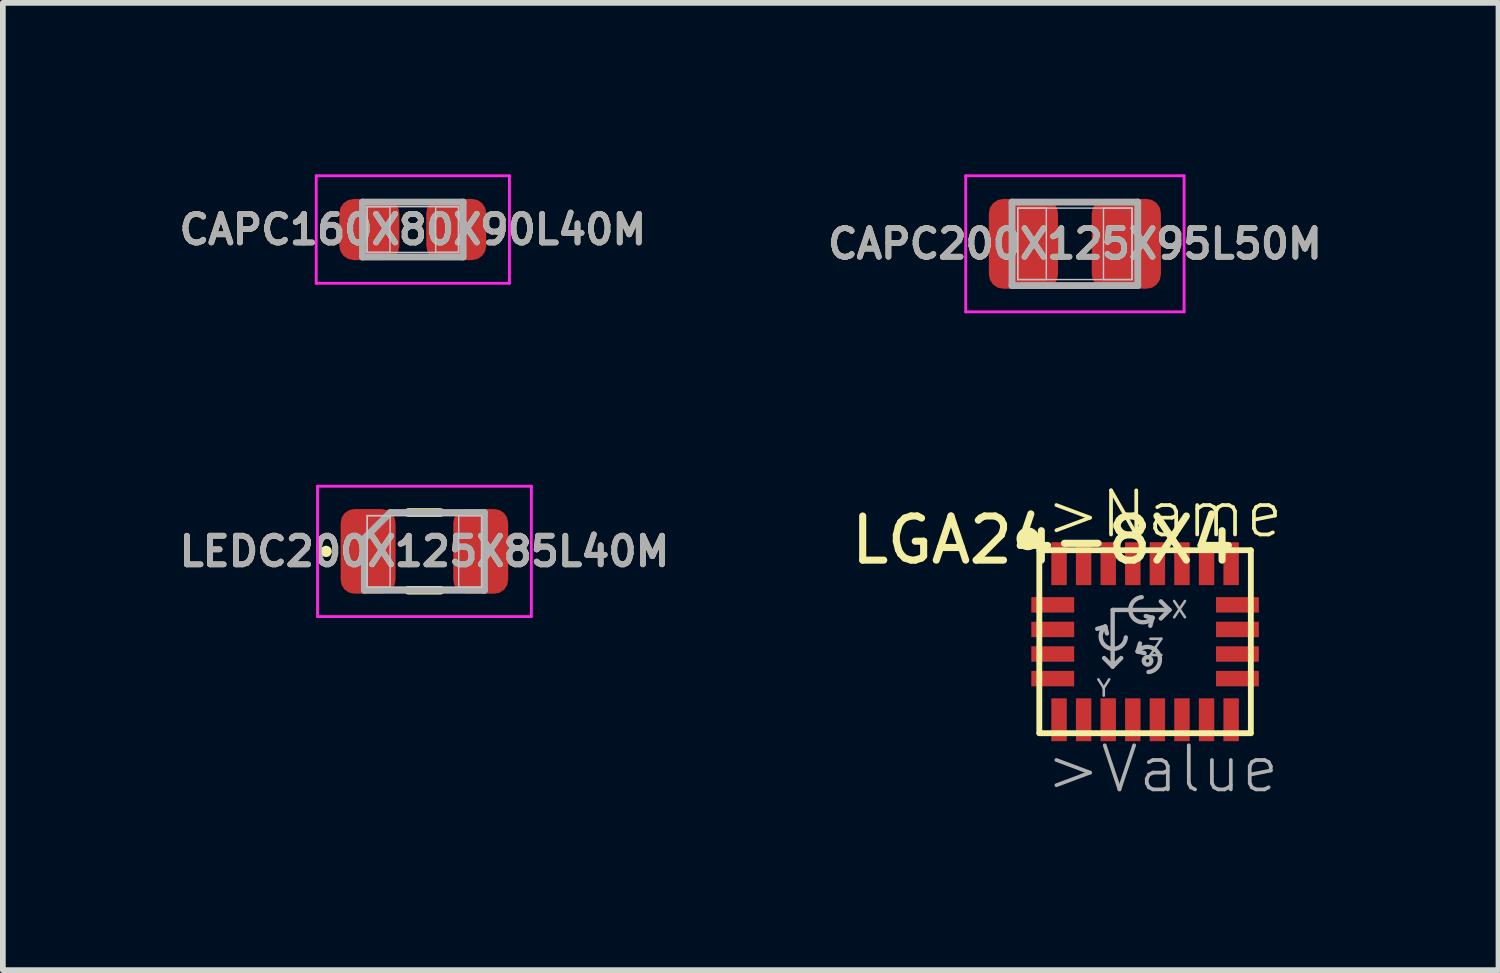
<source format=kicad_pcb>
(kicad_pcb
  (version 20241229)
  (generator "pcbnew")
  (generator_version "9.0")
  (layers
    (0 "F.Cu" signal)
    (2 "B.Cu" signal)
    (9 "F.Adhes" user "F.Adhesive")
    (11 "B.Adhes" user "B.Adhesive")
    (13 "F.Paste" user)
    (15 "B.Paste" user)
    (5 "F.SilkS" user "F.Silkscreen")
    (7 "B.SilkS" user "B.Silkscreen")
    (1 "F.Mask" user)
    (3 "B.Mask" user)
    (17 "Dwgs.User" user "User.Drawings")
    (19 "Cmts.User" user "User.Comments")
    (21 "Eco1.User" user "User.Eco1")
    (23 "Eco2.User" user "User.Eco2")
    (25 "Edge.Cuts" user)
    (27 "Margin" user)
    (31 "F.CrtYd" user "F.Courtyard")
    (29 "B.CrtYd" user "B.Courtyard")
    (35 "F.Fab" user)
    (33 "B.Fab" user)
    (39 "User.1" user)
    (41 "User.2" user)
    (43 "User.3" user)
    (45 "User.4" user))
  (footprint "LEDC200X125X85L40M"
    (layer "F.Cu")
    (at 4.374 6.595)
    (property "Reference" "LEDC200X125X85L40M" (at 0 0 0) (layer "F.SilkS") (effects (font (size 0.5 0.5) (thickness 0.1))))
    (attr smd)
    (fp_line (start -0.28 -0.68) (end 0.28 -0.68) (stroke (width 0.15) (type solid)) (layer "F.SilkS"))
    (fp_line (start -0.28 0.68) (end 0.28 0.68) (stroke (width 0.15) (type solid)) (layer "F.SilkS"))
    (fp_circle (center -1.72 0) (end -1.72 0.05) (stroke (width 0.1) (type solid)) (fill no) (layer "F.SilkS"))
    (fp_line (start -1 -0.625) (end -0.6 -0.625) (stroke (width 0.025) (type solid)) (layer "Dwgs.User"))
    (fp_line (start -1 -0.625) (end 1 -0.625) (stroke (width 0.025) (type solid)) (layer "Dwgs.User"))
    (fp_line (start -1 0.625) (end -1 -0.625) (stroke (width 0.025) (type solid)) (layer "Dwgs.User"))
    (fp_line (start -1 0.625) (end -1 -0.625) (stroke (width 0.025) (type solid)) (layer "Dwgs.User"))
    (fp_line (start -0.6 -0.625) (end -0.6 0.625) (stroke (width 0.025) (type solid)) (layer "Dwgs.User"))
    (fp_line (start -0.6 0.625) (end -1 0.625) (stroke (width 0.025) (type solid)) (layer "Dwgs.User"))
    (fp_line (start 0.6 -0.625) (end 1 -0.625) (stroke (width 0.025) (type solid)) (layer "Dwgs.User"))
    (fp_line (start 0.6 0.625) (end 0.6 -0.625) (stroke (width 0.025) (type solid)) (layer "Dwgs.User"))
    (fp_line (start 1 -0.625) (end 1 0.625) (stroke (width 0.025) (type solid)) (layer "Dwgs.User"))
    (fp_line (start 1 -0.625) (end 1 0.625) (stroke (width 0.025) (type solid)) (layer "Dwgs.User"))
    (fp_line (start 1 0.625) (end -1 0.625) (stroke (width 0.025) (type solid)) (layer "Dwgs.User"))
    (fp_line (start 1 0.625) (end 0.6 0.625) (stroke (width 0.025) (type solid)) (layer "Dwgs.User"))
    (fp_line (start -1.87 -1.14) (end 1.87 -1.14) (stroke (width 0.05) (type solid)) (layer "F.CrtYd"))
    (fp_line (start -1.87 1.14) (end -1.87 -1.14) (stroke (width 0.05) (type solid)) (layer "F.CrtYd"))
    (fp_line (start 1.87 -1.14) (end 1.87 1.14) (stroke (width 0.05) (type solid)) (layer "F.CrtYd"))
    (fp_line (start 1.87 1.14) (end -1.87 1.14) (stroke (width 0.05) (type solid)) (layer "F.CrtYd"))
    (fp_line (start -1.05 -0.227) (end -0.597 -0.68) (stroke (width 0.12) (type solid)) (layer "F.Fab"))
    (fp_line (start -1.05 0.68) (end -1.05 -0.227) (stroke (width 0.12) (type solid)) (layer "F.Fab"))
    (fp_line (start -0.597 -0.68) (end 1.05 -0.68) (stroke (width 0.12) (type solid)) (layer "F.Fab"))
    (fp_line (start 1.05 -0.68) (end 1.05 0.68) (stroke (width 0.12) (type solid)) (layer "F.Fab"))
    (fp_line (start 1.05 0.68) (end -1.05 0.68) (stroke (width 0.12) (type solid)) (layer "F.Fab"))
    (fp_text user "${REFERENCE}" (at 0 0 0) (layer "F.Fab") (effects (font (size 0.5 0.5) (thickness 0.1))))
    (pad "A" smd roundrect (at 0.985 0) (size 0.96 1.48) (layers "F.Cu" "F.Mask" "F.Paste") (roundrect_rratio 0.25))
    (pad "C" smd roundrect (at -0.985 0) (size 0.96 1.48) (layers "F.Cu" "F.Mask" "F.Paste") (roundrect_rratio 0.25)))
  (footprint "LGA24-8X4"
    (layer "F.Cu")
    (at 16.98 8.175)
    (property "Reference" "LGA24-8X4" (at -1.778 -1.778 0) (layer "F.SilkS") (effects (font (size 0.772 0.772) (thickness 0.124))))
    (attr smd)
    (fp_line (start -1.85 -1.6) (end 1.85 -1.6) (stroke (width 0.102) (type solid)) (layer "F.SilkS"))
    (fp_line (start -1.85 1.6) (end -1.85 -1.6) (stroke (width 0.102) (type solid)) (layer "F.SilkS"))
    (fp_line (start 1.85 -1.6) (end 1.85 1.6) (stroke (width 0.102) (type solid)) (layer "F.SilkS"))
    (fp_line (start 1.85 1.6) (end -1.85 1.6) (stroke (width 0.102) (type solid)) (layer "F.SilkS"))
    (fp_circle (center -2.05 -1.8) (end -1.95 -1.8) (stroke (width 0.2) (type solid)) (fill no) (layer "F.SilkS"))
    (fp_line (start -0.697 -0.265) (end -0.837 -0.225) (stroke (width 0.076) (type solid)) (layer "F.Fab"))
    (fp_line (start -0.697 -0.265) (end -0.667 -0.145) (stroke (width 0.076) (type solid)) (layer "F.Fab"))
    (fp_line (start -0.567 0.432) (end -0.567 -0.556) (stroke (width 0.076) (type solid)) (layer "F.Fab"))
    (fp_line (start -0.567 0.435) (end -0.717 0.285) (stroke (width 0.076) (type solid)) (layer "F.Fab"))
    (fp_line (start -0.567 0.435) (end -0.417 0.285) (stroke (width 0.076) (type solid)) (layer "F.Fab"))
    (fp_line (start -0.13 0.17) (end -0.09 0.03) (stroke (width 0.076) (type solid)) (layer "F.Fab"))
    (fp_line (start -0.13 0.17) (end -0.01 0.2) (stroke (width 0.076) (type solid)) (layer "F.Fab"))
    (fp_line (start 0.131 -0.419) (end 0.011 -0.449) (stroke (width 0.076) (type solid)) (layer "F.Fab"))
    (fp_line (start 0.131 -0.419) (end 0.091 -0.279) (stroke (width 0.076) (type solid)) (layer "F.Fab"))
    (fp_line (start 0.425 -0.556) (end -0.567 -0.556) (stroke (width 0.076) (type solid)) (layer "F.Fab"))
    (fp_line (start 0.425 -0.556) (end 0.275 -0.706) (stroke (width 0.076) (type solid)) (layer "F.Fab"))
    (fp_line (start 0.425 -0.556) (end 0.275 -0.406) (stroke (width 0.076) (type solid)) (layer "F.Fab"))
    (fp_arc (start -0.337 -0.075) (mid -0.659177 0.09939) (end -0.697 -0.264999) (stroke (width 0.0762) (type solid)) (layer "F.Fab"))
    (fp_arc (start -0.130001 0.169999) (mid 0.234389 0.207821) (end 0.06 0.53) (stroke (width 0.0762) (type solid)) (layer "F.Fab"))
    (fp_arc (start 0.131401 -0.419399) (mid -0.232989 -0.457221) (end -0.0586 -0.7794) (stroke (width 0.0762) (type solid)) (layer "F.Fab"))
    (fp_circle (center 0.043 0.334) (end 0.071 0.334) (stroke (width 0.076) (type solid)) (fill no) (layer "F.Fab"))
    (fp_text user ">Name" (at -1.778 -1.778 0) (layer "F.SilkS") (effects (font (size 0.772 0.772) (thickness 0.065)) (justify left bottom)))
    (fp_text user "Y" (at -0.571 0.647 0) (layer "F.Fab") (effects (font (size 0.285 0.285) (thickness 0.045)) (justify right top)))
    (fp_text user "X" (at 0.603 -0.557 0) (layer "F.Fab") (effects (font (size 0.285 0.285) (thickness 0.045))))
    (fp_text user ">Value" (at -1.778 1.778 0) (layer "F.Fab") (effects (font (size 0.772 0.772) (thickness 0.065)) (justify left top)))
    (fp_text user "Z" (at 0.354 -0.063 0) (layer "F.Fab") (effects (font (size 0.285 0.285) (thickness 0.045)) (justify right top)))
    (pad "1" smd rect (at -1.505 -1.365 90) (size 0.75 0.27) (layers "F.Cu" "F.Mask" "F.Paste"))
    (pad "2" smd rect (at -1.615 -0.645 180) (size 0.75 0.27) (layers "F.Cu" "F.Mask" "F.Paste"))
    (pad "3" smd rect (at -1.615 -0.215 180) (size 0.75 0.27) (layers "F.Cu" "F.Mask" "F.Paste"))
    (pad "4" smd rect (at -1.615 0.215 180) (size 0.75 0.27) (layers "F.Cu" "F.Mask" "F.Paste"))
    (pad "5" smd rect (at -1.615 0.645 180) (size 0.75 0.27) (layers "F.Cu" "F.Mask" "F.Paste"))
    (pad "6" smd rect (at -1.505 1.365 270) (size 0.75 0.27) (layers "F.Cu" "F.Mask" "F.Paste"))
    (pad "7" smd rect (at -1.075 1.365 270) (size 0.75 0.27) (layers "F.Cu" "F.Mask" "F.Paste"))
    (pad "8" smd rect (at -0.645 1.365 270) (size 0.75 0.27) (layers "F.Cu" "F.Mask" "F.Paste"))
    (pad "9" smd rect (at -0.215 1.365 270) (size 0.75 0.27) (layers "F.Cu" "F.Mask" "F.Paste"))
    (pad "10" smd rect (at 0.215 1.365 270) (size 0.75 0.27) (layers "F.Cu" "F.Mask" "F.Paste"))
    (pad "11" smd rect (at 0.645 1.365 270) (size 0.75 0.27) (layers "F.Cu" "F.Mask" "F.Paste"))
    (pad "12" smd rect (at 1.075 1.365 270) (size 0.75 0.27) (layers "F.Cu" "F.Mask" "F.Paste"))
    (pad "13" smd rect (at 1.505 1.365 270) (size 0.75 0.27) (layers "F.Cu" "F.Mask" "F.Paste"))
    (pad "14" smd rect (at 1.615 0.645) (size 0.75 0.27) (layers "F.Cu" "F.Mask" "F.Paste"))
    (pad "15" smd rect (at 1.615 0.215) (size 0.75 0.27) (layers "F.Cu" "F.Mask" "F.Paste"))
    (pad "16" smd rect (at 1.615 -0.215) (size 0.75 0.27) (layers "F.Cu" "F.Mask" "F.Paste"))
    (pad "17" smd rect (at 1.615 -0.645) (size 0.75 0.27) (layers "F.Cu" "F.Mask" "F.Paste"))
    (pad "18" smd rect (at 1.505 -1.365 90) (size 0.75 0.27) (layers "F.Cu" "F.Mask" "F.Paste"))
    (pad "19" smd rect (at 1.075 -1.365 90) (size 0.75 0.27) (layers "F.Cu" "F.Mask" "F.Paste"))
    (pad "20" smd rect (at 0.645 -1.365 90) (size 0.75 0.27) (layers "F.Cu" "F.Mask" "F.Paste"))
    (pad "21" smd rect (at 0.215 -1.365 90) (size 0.75 0.27) (layers "F.Cu" "F.Mask" "F.Paste"))
    (pad "22" smd rect (at -0.215 -1.365 90) (size 0.75 0.27) (layers "F.Cu" "F.Mask" "F.Paste"))
    (pad "23" smd rect (at -0.645 -1.365 90) (size 0.75 0.27) (layers "F.Cu" "F.Mask" "F.Paste"))
    (pad "24" smd rect (at -1.075 -1.365 90) (size 0.75 0.27) (layers "F.Cu" "F.Mask" "F.Paste")))
  (footprint "CAPC200X125X95L50M"
    (layer "F.Cu")
    (at 15.752 1.215)
    (property "Reference" "CAPC200X125X95L50M" (at 0 0 0) (layer "F.SilkS") (effects (font (size 0.5 0.5) (thickness 0.1))))
    (attr smd)
    (fp_line (start -1 -0.625) (end -0.5 -0.625) (stroke (width 0.025) (type solid)) (layer "Dwgs.User"))
    (fp_line (start -1 -0.625) (end 1 -0.625) (stroke (width 0.025) (type solid)) (layer "Dwgs.User"))
    (fp_line (start -1 0.625) (end -1 -0.625) (stroke (width 0.025) (type solid)) (layer "Dwgs.User"))
    (fp_line (start -1 0.625) (end -1 -0.625) (stroke (width 0.025) (type solid)) (layer "Dwgs.User"))
    (fp_line (start -0.5 -0.625) (end -0.5 0.625) (stroke (width 0.025) (type solid)) (layer "Dwgs.User"))
    (fp_line (start -0.5 0.625) (end -1 0.625) (stroke (width 0.025) (type solid)) (layer "Dwgs.User"))
    (fp_line (start 0.5 -0.625) (end 1 -0.625) (stroke (width 0.025) (type solid)) (layer "Dwgs.User"))
    (fp_line (start 0.5 0.625) (end 0.5 -0.625) (stroke (width 0.025) (type solid)) (layer "Dwgs.User"))
    (fp_line (start 1 -0.625) (end 1 0.625) (stroke (width 0.025) (type solid)) (layer "Dwgs.User"))
    (fp_line (start 1 -0.625) (end 1 0.625) (stroke (width 0.025) (type solid)) (layer "Dwgs.User"))
    (fp_line (start 1 0.625) (end -1 0.625) (stroke (width 0.025) (type solid)) (layer "Dwgs.User"))
    (fp_line (start 1 0.625) (end 0.5 0.625) (stroke (width 0.025) (type solid)) (layer "Dwgs.User"))
    (fp_line (start -1.91 -1.19) (end 1.91 -1.19) (stroke (width 0.05) (type solid)) (layer "F.CrtYd"))
    (fp_line (start -1.91 1.19) (end -1.91 -1.19) (stroke (width 0.05) (type solid)) (layer "F.CrtYd"))
    (fp_line (start 1.91 -1.19) (end 1.91 1.19) (stroke (width 0.05) (type solid)) (layer "F.CrtYd"))
    (fp_line (start 1.91 1.19) (end -1.91 1.19) (stroke (width 0.05) (type solid)) (layer "F.CrtYd"))
    (fp_line (start -1.1 -0.73) (end 1.1 -0.73) (stroke (width 0.12) (type solid)) (layer "F.Fab"))
    (fp_line (start -1.1 0.73) (end -1.1 -0.73) (stroke (width 0.12) (type solid)) (layer "F.Fab"))
    (fp_line (start 1.1 -0.73) (end 1.1 0.73) (stroke (width 0.12) (type solid)) (layer "F.Fab"))
    (fp_line (start 1.1 0.73) (end -1.1 0.73) (stroke (width 0.12) (type solid)) (layer "F.Fab"))
    (fp_text user "${REFERENCE}" (at 0 0 0) (layer "F.Fab") (effects (font (size 0.5 0.5) (thickness 0.1))))
    (pad "1" smd roundrect (at -0.9 0) (size 1.21 1.57) (layers "F.Cu" "F.Mask" "F.Paste") (roundrect_rratio 0.207))
    (pad "2" smd roundrect (at 0.9 0) (size 1.21 1.57) (layers "F.Cu" "F.Mask" "F.Paste") (roundrect_rratio 0.207)))
  (footprint "CAPC160X80X90L40M"
    (layer "F.Cu")
    (at 4.171 0.965)
    (property "Reference" "CAPC160X80X90L40M" (at 0 0 0) (layer "F.SilkS") (effects (font (size 0.5 0.5) (thickness 0.1))))
    (attr smd)
    (fp_line (start -0.8 -0.4) (end -0.4 -0.4) (stroke (width 0.025) (type solid)) (layer "Dwgs.User"))
    (fp_line (start -0.8 -0.4) (end 0.8 -0.4) (stroke (width 0.025) (type solid)) (layer "Dwgs.User"))
    (fp_line (start -0.8 0.4) (end -0.8 -0.4) (stroke (width 0.025) (type solid)) (layer "Dwgs.User"))
    (fp_line (start -0.8 0.4) (end -0.8 -0.4) (stroke (width 0.025) (type solid)) (layer "Dwgs.User"))
    (fp_line (start -0.4 -0.4) (end -0.4 0.4) (stroke (width 0.025) (type solid)) (layer "Dwgs.User"))
    (fp_line (start -0.4 0.4) (end -0.8 0.4) (stroke (width 0.025) (type solid)) (layer "Dwgs.User"))
    (fp_line (start 0.4 -0.4) (end 0.8 -0.4) (stroke (width 0.025) (type solid)) (layer "Dwgs.User"))
    (fp_line (start 0.4 0.4) (end 0.4 -0.4) (stroke (width 0.025) (type solid)) (layer "Dwgs.User"))
    (fp_line (start 0.8 -0.4) (end 0.8 0.4) (stroke (width 0.025) (type solid)) (layer "Dwgs.User"))
    (fp_line (start 0.8 -0.4) (end 0.8 0.4) (stroke (width 0.025) (type solid)) (layer "Dwgs.User"))
    (fp_line (start 0.8 0.4) (end -0.8 0.4) (stroke (width 0.025) (type solid)) (layer "Dwgs.User"))
    (fp_line (start 0.8 0.4) (end 0.4 0.4) (stroke (width 0.025) (type solid)) (layer "Dwgs.User"))
    (fp_line (start -1.69 -0.94) (end 1.69 -0.94) (stroke (width 0.05) (type solid)) (layer "F.CrtYd"))
    (fp_line (start -1.69 0.94) (end -1.69 -0.94) (stroke (width 0.05) (type solid)) (layer "F.CrtYd"))
    (fp_line (start 1.69 -0.94) (end 1.69 0.94) (stroke (width 0.05) (type solid)) (layer "F.CrtYd"))
    (fp_line (start 1.69 0.94) (end -1.69 0.94) (stroke (width 0.05) (type solid)) (layer "F.CrtYd"))
    (fp_line (start -0.88 -0.48) (end 0.88 -0.48) (stroke (width 0.12) (type solid)) (layer "F.Fab"))
    (fp_line (start -0.88 0.48) (end -0.88 -0.48) (stroke (width 0.12) (type solid)) (layer "F.Fab"))
    (fp_line (start 0.88 -0.48) (end 0.88 0.48) (stroke (width 0.12) (type solid)) (layer "F.Fab"))
    (fp_line (start 0.88 0.48) (end -0.88 0.48) (stroke (width 0.12) (type solid)) (layer "F.Fab"))
    (fp_text user "${REFERENCE}" (at 0 0 0) (layer "F.Fab") (effects (font (size 0.5 0.5) (thickness 0.1))))
    (pad "1" smd roundrect (at -0.76 0) (size 1.05 1.07) (layers "F.Cu" "F.Mask" "F.Paste") (roundrect_rratio 0.238))
    (pad "2" smd roundrect (at 0.76 0) (size 1.05 1.07) (layers "F.Cu" "F.Mask" "F.Paste") (roundrect_rratio 0.238)))
  (gr_rect
    (start -3 -3)
    (end 23.162 13.92)
    (stroke (width 0.1) (type default))
    (fill no)
    (layer "Edge.Cuts")))
</source>
